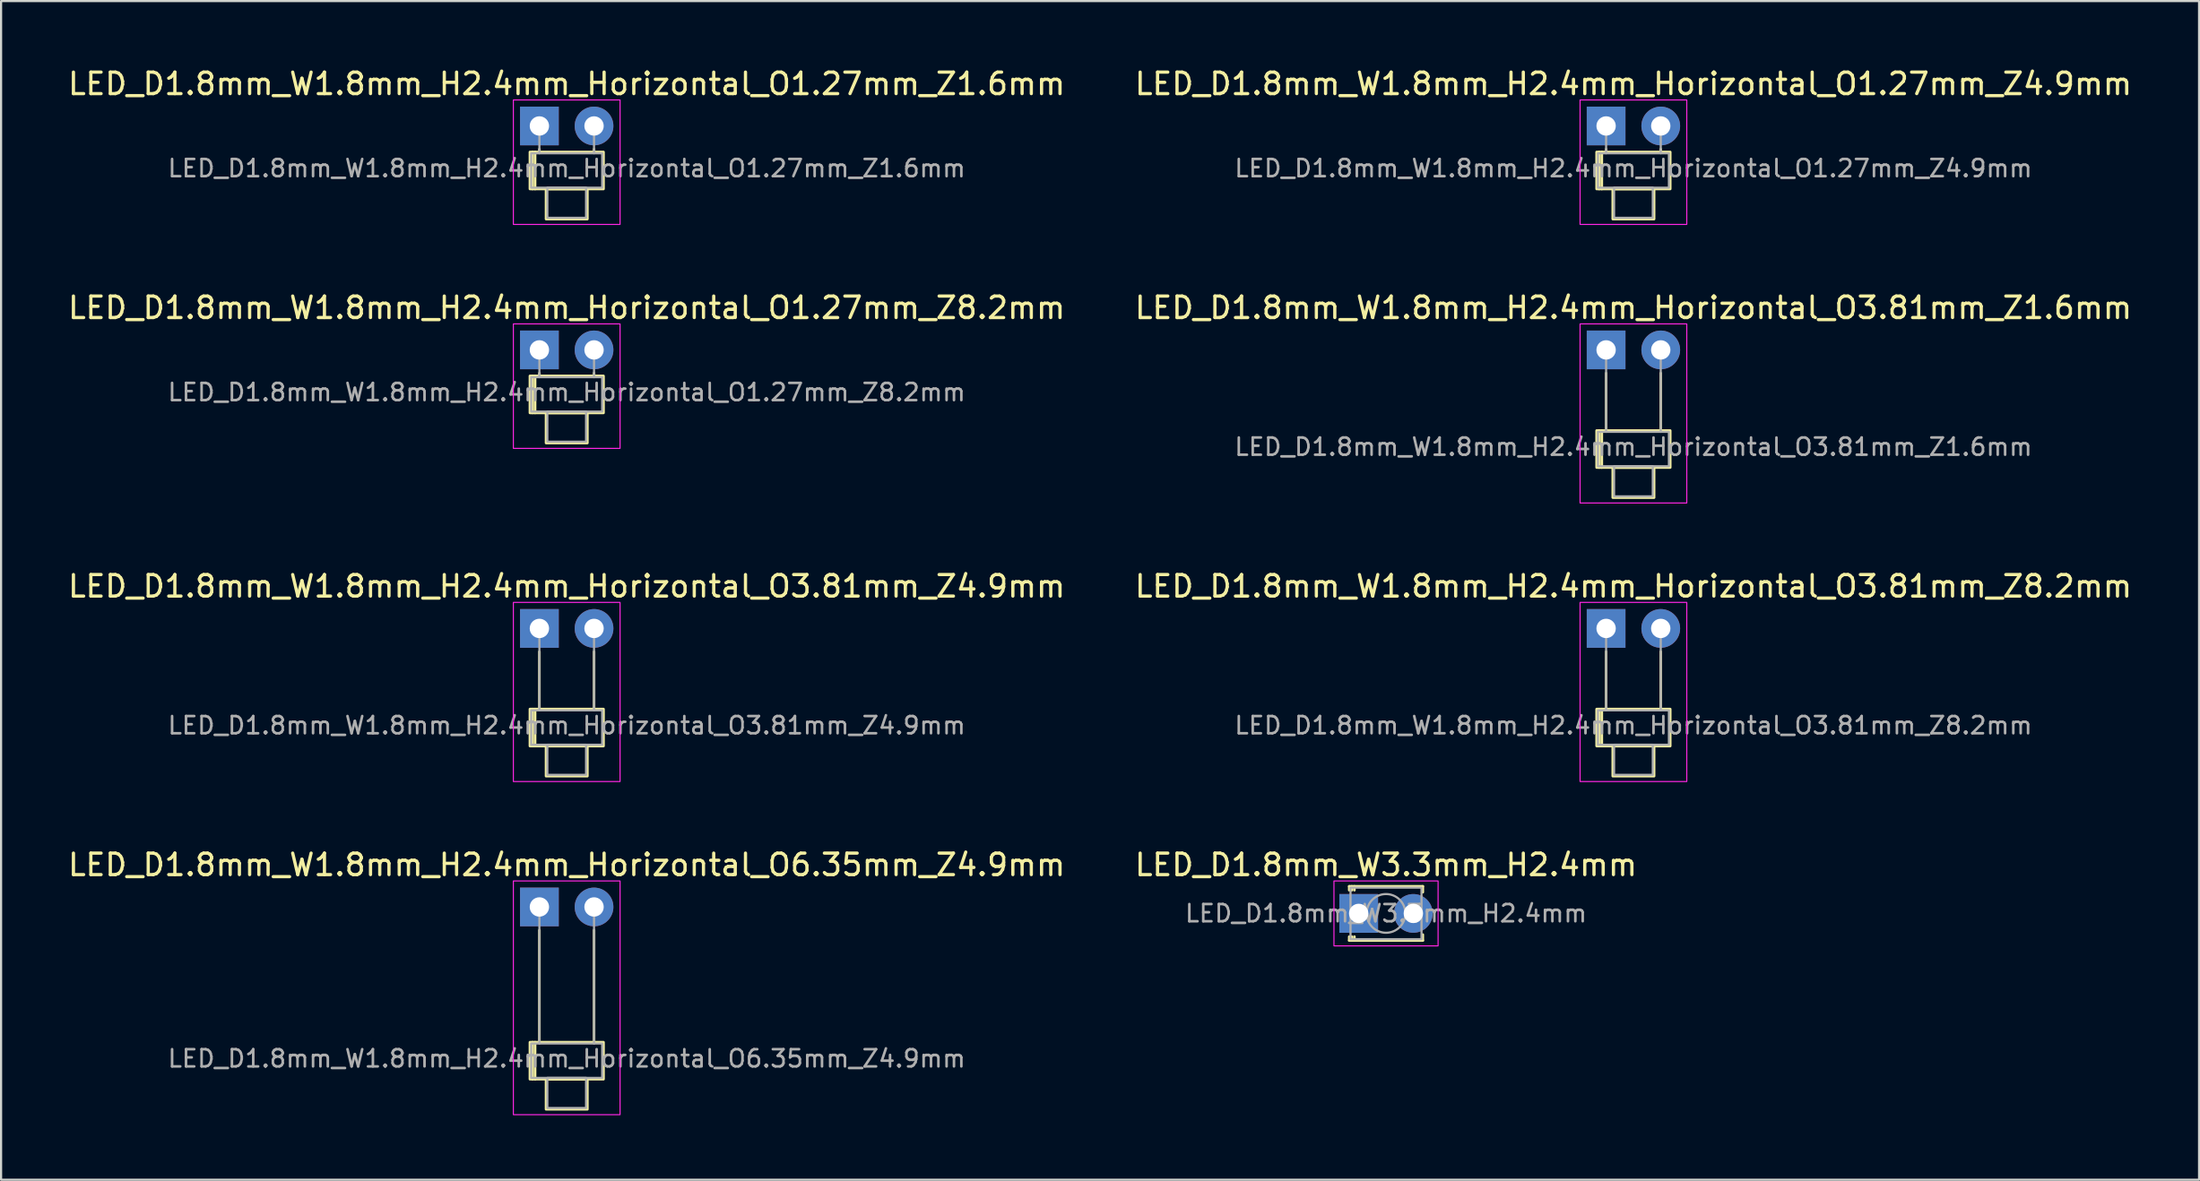
<source format=kicad_pcb>
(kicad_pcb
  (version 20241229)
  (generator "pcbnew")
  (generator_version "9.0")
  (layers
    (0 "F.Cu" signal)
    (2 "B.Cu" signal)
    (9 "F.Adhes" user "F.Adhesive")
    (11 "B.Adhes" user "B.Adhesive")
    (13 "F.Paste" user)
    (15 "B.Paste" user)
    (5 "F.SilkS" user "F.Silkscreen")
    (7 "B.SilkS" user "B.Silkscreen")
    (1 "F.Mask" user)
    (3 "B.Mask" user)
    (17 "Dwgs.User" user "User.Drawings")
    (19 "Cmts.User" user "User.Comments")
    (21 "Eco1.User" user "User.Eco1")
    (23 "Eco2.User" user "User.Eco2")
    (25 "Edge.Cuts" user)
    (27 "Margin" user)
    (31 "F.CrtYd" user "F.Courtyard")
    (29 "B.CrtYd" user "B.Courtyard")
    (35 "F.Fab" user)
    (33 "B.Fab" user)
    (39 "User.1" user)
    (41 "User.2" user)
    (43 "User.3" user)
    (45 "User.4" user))
  (footprint "LED_D1.8mm_W1.8mm_H2.4mm_Horizontal_O3.81mm_Z1.6mm"
    (layer "F.Cu")
    (at 71.605 13.222)
    (property "Reference" "LED_D1.8mm_W1.8mm_H2.4mm_Horizontal_O3.81mm_Z1.6mm" (at 1.27 -1.96 0) (layer "F.SilkS") (effects (font (size 1 1) (thickness 0.15))))
    (attr through_hole)
    (fp_line (start -0.32 3.75) (end -0.32 5.47) (stroke (width 0.12) (type solid)) (layer "F.SilkS"))
    (fp_line (start -0.2 3.75) (end -0.2 5.47) (stroke (width 0.12) (type solid)) (layer "F.SilkS"))
    (fp_rect (start -0.44 3.75) (end 2.98 5.47) (stroke (width 0.12) (type solid)) (fill no) (layer "F.SilkS"))
    (fp_rect (start 0 1.08) (end 0 3.75) (stroke (width 0.12) (type solid)) (fill no) (layer "F.SilkS"))
    (fp_rect (start 0.31 5.47) (end 2.23 6.87) (stroke (width 0.12) (type solid)) (fill no) (layer "F.SilkS"))
    (fp_rect (start 2.54 1.08) (end 2.54 3.75) (stroke (width 0.12) (type solid)) (fill no) (layer "F.SilkS"))
    (fp_rect (start -1.21 -1.21) (end 3.75 7.12) (stroke (width 0.05) (type solid)) (fill no) (layer "F.CrtYd"))
    (fp_rect (start -0.38 3.81) (end 2.92 5.41) (stroke (width 0.1) (type solid)) (fill no) (layer "F.Fab"))
    (fp_rect (start 0 0) (end 0 3.81) (stroke (width 0.1) (type solid)) (fill no) (layer "F.Fab"))
    (fp_rect (start 0.37 5.41) (end 2.17 6.81) (stroke (width 0.1) (type solid)) (fill no) (layer "F.Fab"))
    (fp_rect (start 2.54 0) (end 2.54 3.81) (stroke (width 0.1) (type solid)) (fill no) (layer "F.Fab"))
    (fp_text user "${REFERENCE}" (at 1.27 4.51 0) (layer "F.Fab") (effects (font (size 0.8 0.8) (thickness 0.12))))
    (pad "1" thru_hole rect (at 0 0) (size 1.8 1.8) (drill 0.9) (layers "*.Cu" "*.Mask"))
    (pad "2" thru_hole circle (at 2.54 0) (size 1.8 1.8) (drill 0.9) (layers "*.Cu" "*.Mask")))
  (footprint "LED_D1.8mm_W1.8mm_H2.4mm_Horizontal_O1.27mm_Z4.9mm"
    (layer "F.Cu")
    (at 71.605 2.808)
    (property "Reference" "LED_D1.8mm_W1.8mm_H2.4mm_Horizontal_O1.27mm_Z4.9mm" (at 1.27 -1.96 0) (layer "F.SilkS") (effects (font (size 1 1) (thickness 0.15))))
    (attr through_hole)
    (fp_line (start -0.32 1.21) (end -0.32 2.93) (stroke (width 0.12) (type solid)) (layer "F.SilkS"))
    (fp_line (start -0.2 1.21) (end -0.2 2.93) (stroke (width 0.12) (type solid)) (layer "F.SilkS"))
    (fp_rect (start -0.44 1.21) (end 2.98 2.93) (stroke (width 0.12) (type solid)) (fill no) (layer "F.SilkS"))
    (fp_rect (start 0 1.08) (end 0 1.21) (stroke (width 0.12) (type solid)) (fill no) (layer "F.SilkS"))
    (fp_rect (start 0.31 2.93) (end 2.23 4.33) (stroke (width 0.12) (type solid)) (fill no) (layer "F.SilkS"))
    (fp_rect (start 2.54 1.08) (end 2.54 1.21) (stroke (width 0.12) (type solid)) (fill no) (layer "F.SilkS"))
    (fp_rect (start -1.21 -1.21) (end 3.75 4.58) (stroke (width 0.05) (type solid)) (fill no) (layer "F.CrtYd"))
    (fp_rect (start -0.38 1.27) (end 2.92 2.87) (stroke (width 0.1) (type solid)) (fill no) (layer "F.Fab"))
    (fp_rect (start 0 0) (end 0 1.27) (stroke (width 0.1) (type solid)) (fill no) (layer "F.Fab"))
    (fp_rect (start 0.37 2.87) (end 2.17 4.27) (stroke (width 0.1) (type solid)) (fill no) (layer "F.Fab"))
    (fp_rect (start 2.54 0) (end 2.54 1.27) (stroke (width 0.1) (type solid)) (fill no) (layer "F.Fab"))
    (fp_text user "${REFERENCE}" (at 1.27 1.97 0) (layer "F.Fab") (effects (font (size 0.8 0.8) (thickness 0.12))))
    (pad "1" thru_hole rect (at 0 0) (size 1.8 1.8) (drill 0.9) (layers "*.Cu" "*.Mask"))
    (pad "2" thru_hole circle (at 2.54 0) (size 1.8 1.8) (drill 0.9) (layers "*.Cu" "*.Mask")))
  (footprint "LED_D1.8mm_W1.8mm_H2.4mm_Horizontal_O3.81mm_Z8.2mm"
    (layer "F.Cu")
    (at 71.605 26.175)
    (property "Reference" "LED_D1.8mm_W1.8mm_H2.4mm_Horizontal_O3.81mm_Z8.2mm" (at 1.27 -1.96 0) (layer "F.SilkS") (effects (font (size 1 1) (thickness 0.15))))
    (attr through_hole)
    (fp_line (start -0.32 3.75) (end -0.32 5.47) (stroke (width 0.12) (type solid)) (layer "F.SilkS"))
    (fp_line (start -0.2 3.75) (end -0.2 5.47) (stroke (width 0.12) (type solid)) (layer "F.SilkS"))
    (fp_rect (start -0.44 3.75) (end 2.98 5.47) (stroke (width 0.12) (type solid)) (fill no) (layer "F.SilkS"))
    (fp_rect (start 0 1.08) (end 0 3.75) (stroke (width 0.12) (type solid)) (fill no) (layer "F.SilkS"))
    (fp_rect (start 0.31 5.47) (end 2.23 6.87) (stroke (width 0.12) (type solid)) (fill no) (layer "F.SilkS"))
    (fp_rect (start 2.54 1.08) (end 2.54 3.75) (stroke (width 0.12) (type solid)) (fill no) (layer "F.SilkS"))
    (fp_rect (start -1.21 -1.21) (end 3.75 7.12) (stroke (width 0.05) (type solid)) (fill no) (layer "F.CrtYd"))
    (fp_rect (start -0.38 3.81) (end 2.92 5.41) (stroke (width 0.1) (type solid)) (fill no) (layer "F.Fab"))
    (fp_rect (start 0 0) (end 0 3.81) (stroke (width 0.1) (type solid)) (fill no) (layer "F.Fab"))
    (fp_rect (start 0.37 5.41) (end 2.17 6.81) (stroke (width 0.1) (type solid)) (fill no) (layer "F.Fab"))
    (fp_rect (start 2.54 0) (end 2.54 3.81) (stroke (width 0.1) (type solid)) (fill no) (layer "F.Fab"))
    (fp_text user "${REFERENCE}" (at 1.27 4.51 0) (layer "F.Fab") (effects (font (size 0.8 0.8) (thickness 0.12))))
    (pad "1" thru_hole rect (at 0 0) (size 1.8 1.8) (drill 0.9) (layers "*.Cu" "*.Mask"))
    (pad "2" thru_hole circle (at 2.54 0) (size 1.8 1.8) (drill 0.9) (layers "*.Cu" "*.Mask")))
  (footprint "LED_D1.8mm_W1.8mm_H2.4mm_Horizontal_O1.27mm_Z1.6mm"
    (layer "F.Cu")
    (at 22.022 2.808)
    (property "Reference" "LED_D1.8mm_W1.8mm_H2.4mm_Horizontal_O1.27mm_Z1.6mm" (at 1.27 -1.96 0) (layer "F.SilkS") (effects (font (size 1 1) (thickness 0.15))))
    (attr through_hole)
    (fp_line (start -0.32 1.21) (end -0.32 2.93) (stroke (width 0.12) (type solid)) (layer "F.SilkS"))
    (fp_line (start -0.2 1.21) (end -0.2 2.93) (stroke (width 0.12) (type solid)) (layer "F.SilkS"))
    (fp_rect (start -0.44 1.21) (end 2.98 2.93) (stroke (width 0.12) (type solid)) (fill no) (layer "F.SilkS"))
    (fp_rect (start 0 1.08) (end 0 1.21) (stroke (width 0.12) (type solid)) (fill no) (layer "F.SilkS"))
    (fp_rect (start 0.31 2.93) (end 2.23 4.33) (stroke (width 0.12) (type solid)) (fill no) (layer "F.SilkS"))
    (fp_rect (start 2.54 1.08) (end 2.54 1.21) (stroke (width 0.12) (type solid)) (fill no) (layer "F.SilkS"))
    (fp_rect (start -1.21 -1.21) (end 3.75 4.58) (stroke (width 0.05) (type solid)) (fill no) (layer "F.CrtYd"))
    (fp_rect (start -0.38 1.27) (end 2.92 2.87) (stroke (width 0.1) (type solid)) (fill no) (layer "F.Fab"))
    (fp_rect (start 0 0) (end 0 1.27) (stroke (width 0.1) (type solid)) (fill no) (layer "F.Fab"))
    (fp_rect (start 0.37 2.87) (end 2.17 4.27) (stroke (width 0.1) (type solid)) (fill no) (layer "F.Fab"))
    (fp_rect (start 2.54 0) (end 2.54 1.27) (stroke (width 0.1) (type solid)) (fill no) (layer "F.Fab"))
    (fp_text user "${REFERENCE}" (at 1.27 1.97 0) (layer "F.Fab") (effects (font (size 0.8 0.8) (thickness 0.12))))
    (pad "1" thru_hole rect (at 0 0) (size 1.8 1.8) (drill 0.9) (layers "*.Cu" "*.Mask"))
    (pad "2" thru_hole circle (at 2.54 0) (size 1.8 1.8) (drill 0.9) (layers "*.Cu" "*.Mask")))
  (footprint "LED_D1.8mm_W1.8mm_H2.4mm_Horizontal_O3.81mm_Z4.9mm"
    (layer "F.Cu")
    (at 22.022 26.175)
    (property "Reference" "LED_D1.8mm_W1.8mm_H2.4mm_Horizontal_O3.81mm_Z4.9mm" (at 1.27 -1.96 0) (layer "F.SilkS") (effects (font (size 1 1) (thickness 0.15))))
    (attr through_hole)
    (fp_line (start -0.32 3.75) (end -0.32 5.47) (stroke (width 0.12) (type solid)) (layer "F.SilkS"))
    (fp_line (start -0.2 3.75) (end -0.2 5.47) (stroke (width 0.12) (type solid)) (layer "F.SilkS"))
    (fp_rect (start -0.44 3.75) (end 2.98 5.47) (stroke (width 0.12) (type solid)) (fill no) (layer "F.SilkS"))
    (fp_rect (start 0 1.08) (end 0 3.75) (stroke (width 0.12) (type solid)) (fill no) (layer "F.SilkS"))
    (fp_rect (start 0.31 5.47) (end 2.23 6.87) (stroke (width 0.12) (type solid)) (fill no) (layer "F.SilkS"))
    (fp_rect (start 2.54 1.08) (end 2.54 3.75) (stroke (width 0.12) (type solid)) (fill no) (layer "F.SilkS"))
    (fp_rect (start -1.21 -1.21) (end 3.75 7.12) (stroke (width 0.05) (type solid)) (fill no) (layer "F.CrtYd"))
    (fp_rect (start -0.38 3.81) (end 2.92 5.41) (stroke (width 0.1) (type solid)) (fill no) (layer "F.Fab"))
    (fp_rect (start 0 0) (end 0 3.81) (stroke (width 0.1) (type solid)) (fill no) (layer "F.Fab"))
    (fp_rect (start 0.37 5.41) (end 2.17 6.81) (stroke (width 0.1) (type solid)) (fill no) (layer "F.Fab"))
    (fp_rect (start 2.54 0) (end 2.54 3.81) (stroke (width 0.1) (type solid)) (fill no) (layer "F.Fab"))
    (fp_text user "${REFERENCE}" (at 1.27 4.51 0) (layer "F.Fab") (effects (font (size 0.8 0.8) (thickness 0.12))))
    (pad "1" thru_hole rect (at 0 0) (size 1.8 1.8) (drill 0.9) (layers "*.Cu" "*.Mask"))
    (pad "2" thru_hole circle (at 2.54 0) (size 1.8 1.8) (drill 0.9) (layers "*.Cu" "*.Mask")))
  (footprint "LED_D1.8mm_W1.8mm_H2.4mm_Horizontal_O6.35mm_Z4.9mm"
    (layer "F.Cu")
    (at 22.022 39.128)
    (property "Reference" "LED_D1.8mm_W1.8mm_H2.4mm_Horizontal_O6.35mm_Z4.9mm" (at 1.27 -1.96 0) (layer "F.SilkS") (effects (font (size 1 1) (thickness 0.15))))
    (attr through_hole)
    (fp_line (start -0.32 6.29) (end -0.32 8.01) (stroke (width 0.12) (type solid)) (layer "F.SilkS"))
    (fp_line (start -0.2 6.29) (end -0.2 8.01) (stroke (width 0.12) (type solid)) (layer "F.SilkS"))
    (fp_rect (start -0.44 6.29) (end 2.98 8.01) (stroke (width 0.12) (type solid)) (fill no) (layer "F.SilkS"))
    (fp_rect (start 0 1.08) (end 0 6.29) (stroke (width 0.12) (type solid)) (fill no) (layer "F.SilkS"))
    (fp_rect (start 0.31 8.01) (end 2.23 9.41) (stroke (width 0.12) (type solid)) (fill no) (layer "F.SilkS"))
    (fp_rect (start 2.54 1.08) (end 2.54 6.29) (stroke (width 0.12) (type solid)) (fill no) (layer "F.SilkS"))
    (fp_rect (start -1.21 -1.21) (end 3.75 9.66) (stroke (width 0.05) (type solid)) (fill no) (layer "F.CrtYd"))
    (fp_rect (start -0.38 6.35) (end 2.92 7.95) (stroke (width 0.1) (type solid)) (fill no) (layer "F.Fab"))
    (fp_rect (start 0 0) (end 0 6.35) (stroke (width 0.1) (type solid)) (fill no) (layer "F.Fab"))
    (fp_rect (start 0.37 7.95) (end 2.17 9.35) (stroke (width 0.1) (type solid)) (fill no) (layer "F.Fab"))
    (fp_rect (start 2.54 0) (end 2.54 6.35) (stroke (width 0.1) (type solid)) (fill no) (layer "F.Fab"))
    (fp_text user "${REFERENCE}" (at 1.27 7.05 0) (layer "F.Fab") (effects (font (size 0.8 0.8) (thickness 0.12))))
    (pad "1" thru_hole rect (at 0 0) (size 1.8 1.8) (drill 0.9) (layers "*.Cu" "*.Mask"))
    (pad "2" thru_hole circle (at 2.54 0) (size 1.8 1.8) (drill 0.9) (layers "*.Cu" "*.Mask")))
  (footprint "LED_D1.8mm_W3.3mm_H2.4mm"
    (layer "F.Cu")
    (at 60.105 39.428)
    (property "Reference" "LED_D1.8mm_W3.3mm_H2.4mm" (at 1.27 -2.26 0) (layer "F.SilkS") (effects (font (size 1 1) (thickness 0.15))))
    (attr through_hole)
    (fp_line (start -0.44 -1.26) (end 2.98 -1.26) (stroke (width 0.12) (type solid)) (layer "F.SilkS"))
    (fp_line (start -0.44 -1.08) (end -0.44 -1.26) (stroke (width 0.12) (type solid)) (layer "F.SilkS"))
    (fp_line (start -0.44 1.26) (end -0.44 1.08) (stroke (width 0.12) (type solid)) (layer "F.SilkS"))
    (fp_line (start -0.32 -1.26) (end -0.32 -1.08) (stroke (width 0.12) (type solid)) (layer "F.SilkS"))
    (fp_line (start -0.32 1.08) (end -0.32 1.26) (stroke (width 0.12) (type solid)) (layer "F.SilkS"))
    (fp_line (start -0.2 -1.26) (end -0.2 -1.08) (stroke (width 0.12) (type solid)) (layer "F.SilkS"))
    (fp_line (start -0.2 1.08) (end -0.2 1.26) (stroke (width 0.12) (type solid)) (layer "F.SilkS"))
    (fp_line (start 2.98 -1.26) (end 2.98 -0.986) (stroke (width 0.12) (type solid)) (layer "F.SilkS"))
    (fp_line (start 2.98 0.986) (end 2.98 1.26) (stroke (width 0.12) (type solid)) (layer "F.SilkS"))
    (fp_line (start 2.98 1.26) (end -0.44 1.26) (stroke (width 0.12) (type solid)) (layer "F.SilkS"))
    (fp_rect (start -1.15 -1.51) (end 3.69 1.51) (stroke (width 0.05) (type solid)) (fill no) (layer "F.CrtYd"))
    (fp_rect (start -0.38 -1.2) (end 2.92 1.2) (stroke (width 0.1) (type solid)) (fill no) (layer "F.Fab"))
    (fp_circle (center 1.27 0) (end 2.17 0) (stroke (width 0.1) (type solid)) (fill no) (layer "F.Fab"))
    (fp_text user "${REFERENCE}" (at 1.27 0 0) (layer "F.Fab") (effects (font (size 0.8 0.8) (thickness 0.12))))
    (pad "1" thru_hole rect (at 0 0) (size 1.8 1.8) (drill 0.9) (layers "*.Cu" "*.Mask"))
    (pad "2" thru_hole circle (at 2.54 0) (size 1.8 1.8) (drill 0.9) (layers "*.Cu" "*.Mask")))
  (footprint "LED_D1.8mm_W1.8mm_H2.4mm_Horizontal_O1.27mm_Z8.2mm"
    (layer "F.Cu")
    (at 22.022 13.222)
    (property "Reference" "LED_D1.8mm_W1.8mm_H2.4mm_Horizontal_O1.27mm_Z8.2mm" (at 1.27 -1.96 0) (layer "F.SilkS") (effects (font (size 1 1) (thickness 0.15))))
    (attr through_hole)
    (fp_line (start -0.32 1.21) (end -0.32 2.93) (stroke (width 0.12) (type solid)) (layer "F.SilkS"))
    (fp_line (start -0.2 1.21) (end -0.2 2.93) (stroke (width 0.12) (type solid)) (layer "F.SilkS"))
    (fp_rect (start -0.44 1.21) (end 2.98 2.93) (stroke (width 0.12) (type solid)) (fill no) (layer "F.SilkS"))
    (fp_rect (start 0 1.08) (end 0 1.21) (stroke (width 0.12) (type solid)) (fill no) (layer "F.SilkS"))
    (fp_rect (start 0.31 2.93) (end 2.23 4.33) (stroke (width 0.12) (type solid)) (fill no) (layer "F.SilkS"))
    (fp_rect (start 2.54 1.08) (end 2.54 1.21) (stroke (width 0.12) (type solid)) (fill no) (layer "F.SilkS"))
    (fp_rect (start -1.21 -1.21) (end 3.75 4.58) (stroke (width 0.05) (type solid)) (fill no) (layer "F.CrtYd"))
    (fp_rect (start -0.38 1.27) (end 2.92 2.87) (stroke (width 0.1) (type solid)) (fill no) (layer "F.Fab"))
    (fp_rect (start 0 0) (end 0 1.27) (stroke (width 0.1) (type solid)) (fill no) (layer "F.Fab"))
    (fp_rect (start 0.37 2.87) (end 2.17 4.27) (stroke (width 0.1) (type solid)) (fill no) (layer "F.Fab"))
    (fp_rect (start 2.54 0) (end 2.54 1.27) (stroke (width 0.1) (type solid)) (fill no) (layer "F.Fab"))
    (fp_text user "${REFERENCE}" (at 1.27 1.97 0) (layer "F.Fab") (effects (font (size 0.8 0.8) (thickness 0.12))))
    (pad "1" thru_hole rect (at 0 0) (size 1.8 1.8) (drill 0.9) (layers "*.Cu" "*.Mask"))
    (pad "2" thru_hole circle (at 2.54 0) (size 1.8 1.8) (drill 0.9) (layers "*.Cu" "*.Mask")))
  (gr_rect
    (start -3 -3)
    (end 99.167 51.813)
    (stroke (width 0.1) (type default))
    (fill no)
    (layer "Edge.Cuts")))
</source>
